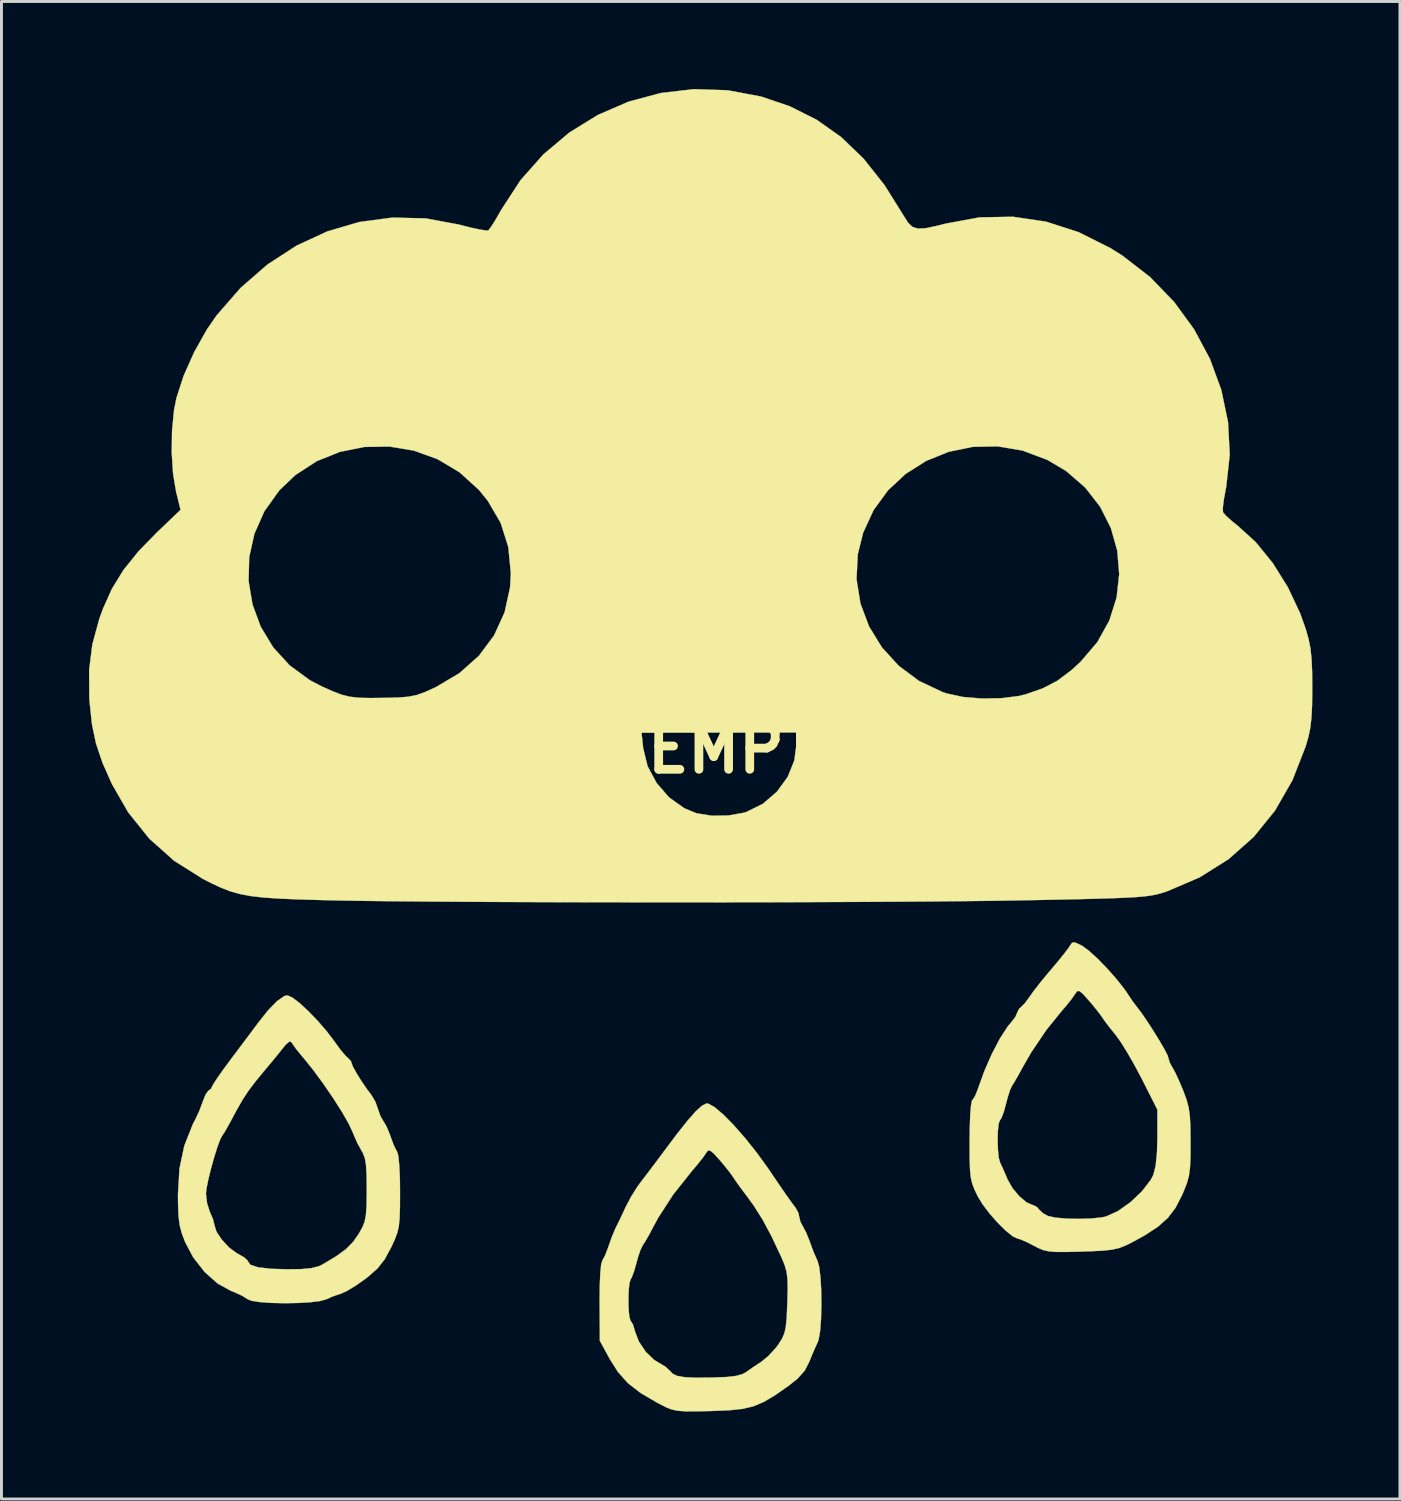
<source format=kicad_pcb>
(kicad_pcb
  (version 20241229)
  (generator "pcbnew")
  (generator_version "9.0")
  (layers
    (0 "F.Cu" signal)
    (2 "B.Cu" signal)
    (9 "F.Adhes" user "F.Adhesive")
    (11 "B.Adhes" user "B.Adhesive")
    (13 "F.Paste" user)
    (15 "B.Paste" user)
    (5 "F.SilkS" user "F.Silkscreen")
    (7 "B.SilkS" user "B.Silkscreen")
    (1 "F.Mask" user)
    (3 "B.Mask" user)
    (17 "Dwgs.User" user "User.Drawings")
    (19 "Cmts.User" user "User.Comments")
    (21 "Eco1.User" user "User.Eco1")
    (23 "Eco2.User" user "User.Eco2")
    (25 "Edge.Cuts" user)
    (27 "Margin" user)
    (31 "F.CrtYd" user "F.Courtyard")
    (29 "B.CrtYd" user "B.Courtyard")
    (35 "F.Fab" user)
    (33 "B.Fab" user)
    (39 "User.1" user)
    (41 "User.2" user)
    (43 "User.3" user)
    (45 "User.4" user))
  (footprint "ATTEMPT1"
    (layer "F.Cu")
    (at 20.972 22.621)
    (property "Reference" "ATTEMPT1" (at 0 0 0) (layer "F.SilkS") (effects (font (size 1.524 1.524) (thickness 0.3))))
    (attr through_hole)
    (fp_poly (pts (xy 0.24 12.142) (xy 0.461 12.264) (xy 0.763 12.52) (xy 1.122 12.884) (xy 1.512 13.329) (xy 1.911 13.83) (xy 2.294 14.359) (xy 2.371 14.472) (xy 2.65 14.885) (xy 2.899 15.247) (xy 3.096 15.524) (xy 3.216 15.684) (xy 3.232 15.702) (xy 3.339 15.898) (xy 3.355 15.992) (xy 3.407 16.2) (xy 3.485 16.345) (xy 3.6 16.561) (xy 3.717 16.85) (xy 3.735 16.903) (xy 3.85 17.216) (xy 3.973 17.497) (xy 3.988 17.526) (xy 4.05 17.749) (xy 4.093 18.112) (xy 4.118 18.563) (xy 4.124 19.053) (xy 4.111 19.528) (xy 4.079 19.94) (xy 4.028 20.235) (xy 3.997 20.32) (xy 3.887 20.559) (xy 3.755 20.873) (xy 3.708 20.991) (xy 3.55 21.297) (xy 3.308 21.568) (xy 2.993 21.818) (xy 2.532 22.139) (xy 2.153 22.365) (xy 1.801 22.515) (xy 1.423 22.605) (xy 0.963 22.653) (xy 0.369 22.677) (xy 0.335 22.678) (xy -0.175 22.689) (xy -0.539 22.688) (xy -0.801 22.669) (xy -1.007 22.625) (xy -1.201 22.549) (xy -1.428 22.433) (xy -1.49 22.401) (xy -2.068 22.063) (xy -2.504 21.725) (xy -2.845 21.344) (xy -3.128 20.895) (xy -3.468 20.272) (xy -3.476 18.96) (xy -3.476 18.88) (xy -2.49 18.88) (xy -2.482 19.199) (xy -2.457 19.456) (xy -2.414 19.59) (xy -2.409 19.593) (xy -2.333 19.715) (xy -2.266 19.939) (xy -2.264 19.951) (xy -2.128 20.304) (xy -1.89 20.655) (xy -1.604 20.93) (xy -1.452 21.02) (xy -1.219 21.16) (xy -1.077 21.294) (xy -0.968 21.404) (xy -0.809 21.477) (xy -0.565 21.519) (xy -0.204 21.536) (xy 0.311 21.533) (xy 0.393 21.531) (xy 0.877 21.512) (xy 1.21 21.473) (xy 1.433 21.408) (xy 1.543 21.345) (xy 1.789 21.173) (xy 2.066 20.99) (xy 2.074 20.985) (xy 2.315 20.785) (xy 2.565 20.51) (xy 2.648 20.399) (xy 2.771 20.206) (xy 2.853 20.022) (xy 2.904 19.798) (xy 2.934 19.485) (xy 2.954 19.035) (xy 2.957 18.971) (xy 2.969 18.497) (xy 2.962 18.158) (xy 2.929 17.9) (xy 2.861 17.668) (xy 2.752 17.406) (xy 2.74 17.38) (xy 2.412 16.686) (xy 2.112 16.125) (xy 1.81 15.646) (xy 1.585 15.336) (xy 1.367 15.046) (xy 1.19 14.8) (xy 1.094 14.656) (xy 0.985 14.501) (xy 0.796 14.264) (xy 0.641 14.081) (xy 0.432 13.85) (xy 0.307 13.75) (xy 0.228 13.761) (xy 0.177 13.832) (xy 0.064 13.995) (xy -0.132 14.241) (xy -0.32 14.462) (xy -0.951 15.256) (xy -1.47 16.057) (xy -1.635 16.363) (xy -1.791 16.658) (xy -1.927 16.893) (xy -1.992 16.988) (xy -2.073 17.149) (xy -2.165 17.422) (xy -2.21 17.59) (xy -2.293 17.882) (xy -2.373 18.097) (xy -2.409 18.159) (xy -2.454 18.298) (xy -2.481 18.559) (xy -2.49 18.88) (xy -3.476 18.88) (xy -3.472 18.414) (xy -3.454 17.972) (xy -3.424 17.665) (xy -3.384 17.523) (xy -3.292 17.354) (xy -3.189 17.091) (xy -3.163 17.013) (xy -3.053 16.703) (xy -2.938 16.429) (xy -2.918 16.39) (xy -2.804 16.159) (xy -2.657 15.848) (xy -2.59 15.701) (xy -2.403 15.344) (xy -2.18 14.989) (xy -2.106 14.887) (xy -1.905 14.623) (xy -1.729 14.392) (xy -1.682 14.329) (xy -1.533 14.132) (xy -1.338 13.87) (xy -1.271 13.779) (xy -0.82 13.178) (xy -0.461 12.726) (xy -0.183 12.411) (xy 0.026 12.221) (xy 0.177 12.142) (xy 0.24 12.142)) (stroke (width 0.01) (type solid)) (fill yes) (layer "F.SilkS"))
    (fp_poly (pts (xy 12.989 6.702) (xy 13.057 6.737) (xy 13.286 6.903) (xy 13.588 7.179) (xy 13.921 7.521) (xy 14.242 7.885) (xy 14.511 8.227) (xy 14.62 8.387) (xy 14.779 8.627) (xy 14.919 8.812) (xy 14.924 8.818) (xy 15.078 9.019) (xy 15.277 9.308) (xy 15.494 9.643) (xy 15.702 9.98) (xy 15.874 10.276) (xy 15.983 10.486) (xy 16.007 10.56) (xy 16.059 10.739) (xy 16.138 10.882) (xy 16.24 11.065) (xy 16.379 11.363) (xy 16.522 11.701) (xy 16.633 12.002) (xy 16.706 12.274) (xy 16.749 12.572) (xy 16.769 12.952) (xy 16.774 13.467) (xy 16.774 13.474) (xy 16.771 13.975) (xy 16.754 14.338) (xy 16.717 14.618) (xy 16.649 14.867) (xy 16.542 15.141) (xy 16.478 15.288) (xy 16.26 15.711) (xy 15.997 16.058) (xy 15.653 16.365) (xy 15.188 16.668) (xy 14.793 16.885) (xy 14.544 17.009) (xy 14.323 17.094) (xy 14.082 17.149) (xy 13.774 17.183) (xy 13.351 17.204) (xy 13.035 17.215) (xy 12.529 17.228) (xy 12.17 17.227) (xy 11.916 17.207) (xy 11.721 17.162) (xy 11.543 17.087) (xy 11.406 17.015) (xy 11.138 16.879) (xy 10.931 16.792) (xy 10.865 16.776) (xy 10.693 16.701) (xy 10.447 16.506) (xy 10.166 16.229) (xy 9.885 15.909) (xy 9.64 15.584) (xy 9.483 15.325) (xy 9.371 15.093) (xy 9.293 14.893) (xy 9.244 14.68) (xy 9.216 14.413) (xy 9.204 14.048) (xy 9.202 13.542) (xy 9.202 13.427) (xy 9.202 13.398) (xy 10.162 13.398) (xy 10.173 13.728) (xy 10.203 14.007) (xy 10.246 14.163) (xy 10.334 14.351) (xy 10.455 14.629) (xy 10.504 14.746) (xy 10.671 15.039) (xy 10.902 15.316) (xy 11.149 15.526) (xy 11.363 15.622) (xy 11.386 15.623) (xy 11.521 15.697) (xy 11.57 15.762) (xy 11.714 15.901) (xy 11.886 15.995) (xy 12.137 16.051) (xy 12.513 16.084) (xy 12.949 16.094) (xy 13.379 16.081) (xy 13.737 16.043) (xy 13.876 16.013) (xy 14.283 15.828) (xy 14.712 15.524) (xy 15.106 15.152) (xy 15.405 14.764) (xy 15.5 14.581) (xy 15.577 14.275) (xy 15.623 13.809) (xy 15.636 13.304) (xy 15.636 12.351) (xy 15.094 11.279) (xy 14.849 10.819) (xy 14.596 10.378) (xy 14.365 10.01) (xy 14.201 9.785) (xy 13.99 9.522) (xy 13.82 9.298) (xy 13.754 9.2) (xy 13.64 9.041) (xy 13.448 8.8) (xy 13.293 8.617) (xy 13.085 8.386) (xy 12.962 8.285) (xy 12.884 8.294) (xy 12.822 8.381) (xy 12.699 8.558) (xy 12.5 8.806) (xy 12.368 8.957) (xy 11.831 9.622) (xy 11.32 10.378) (xy 11.025 10.89) (xy 10.861 11.19) (xy 10.723 11.428) (xy 10.651 11.541) (xy 10.584 11.689) (xy 10.5 11.954) (xy 10.45 12.149) (xy 10.37 12.44) (xy 10.289 12.646) (xy 10.246 12.706) (xy 10.199 12.826) (xy 10.171 13.077) (xy 10.162 13.398) (xy 9.202 13.398) (xy 9.208 12.94) (xy 9.224 12.524) (xy 9.249 12.215) (xy 9.28 12.05) (xy 9.29 12.033) (xy 9.375 11.913) (xy 9.472 11.685) (xy 9.493 11.62) (xy 9.709 11.023) (xy 9.965 10.441) (xy 10.236 9.921) (xy 10.499 9.514) (xy 10.626 9.359) (xy 10.771 9.173) (xy 10.831 9.032) (xy 10.902 8.889) (xy 10.953 8.847) (xy 11.085 8.717) (xy 11.244 8.504) (xy 11.258 8.483) (xy 11.406 8.276) (xy 11.637 7.98) (xy 11.909 7.65) (xy 11.989 7.557) (xy 12.25 7.246) (xy 12.47 6.972) (xy 12.612 6.781) (xy 12.636 6.742) (xy 12.713 6.633) (xy 12.808 6.62) (xy 12.989 6.702)) (stroke (width 0.01) (type solid)) (fill yes) (layer "F.SilkS"))
    (fp_poly (pts (xy -14.011 8.506) (xy -13.759 8.697) (xy -13.455 8.977) (xy -13.13 9.315) (xy -12.817 9.678) (xy -12.547 10.035) (xy -12.529 10.062) (xy -12.341 10.319) (xy -12.177 10.511) (xy -12.108 10.572) (xy -11.994 10.694) (xy -11.981 10.742) (xy -11.93 10.876) (xy -11.801 11.11) (xy -11.625 11.391) (xy -11.438 11.664) (xy -11.304 11.837) (xy -11.162 12.076) (xy -11.076 12.317) (xy -10.986 12.573) (xy -10.884 12.748) (xy -10.776 12.93) (xy -10.664 13.201) (xy -10.639 13.275) (xy -10.538 13.549) (xy -10.438 13.755) (xy -10.416 13.787) (xy -10.373 13.937) (xy -10.341 14.25) (xy -10.32 14.694) (xy -10.315 15.177) (xy -10.317 15.697) (xy -10.329 16.072) (xy -10.357 16.35) (xy -10.41 16.578) (xy -10.495 16.802) (xy -10.619 17.071) (xy -10.623 17.078) (xy -10.843 17.483) (xy -11.086 17.792) (xy -11.419 18.085) (xy -11.514 18.157) (xy -11.832 18.381) (xy -12.125 18.558) (xy -12.332 18.655) (xy -12.345 18.658) (xy -12.626 18.753) (xy -12.837 18.849) (xy -13.049 18.908) (xy -13.391 18.951) (xy -13.815 18.976) (xy -14.275 18.984) (xy -14.725 18.974) (xy -15.117 18.946) (xy -15.404 18.901) (xy -15.531 18.85) (xy -15.703 18.74) (xy -15.975 18.613) (xy -16.106 18.562) (xy -16.568 18.308) (xy -17.014 17.909) (xy -17.403 17.41) (xy -17.676 16.896) (xy -17.791 16.594) (xy -17.864 16.316) (xy -17.905 16.004) (xy -17.921 15.597) (xy -17.924 15.254) (xy -17.923 15.235) (xy -16.965 15.235) (xy -16.926 15.561) (xy -16.831 15.858) (xy -16.822 15.876) (xy -16.72 16.114) (xy -16.678 16.296) (xy -16.606 16.53) (xy -16.421 16.809) (xy -16.172 17.077) (xy -15.907 17.272) (xy -15.869 17.292) (xy -15.652 17.416) (xy -15.534 17.526) (xy -15.528 17.548) (xy -15.44 17.669) (xy -15.176 17.754) (xy -14.73 17.805) (xy -14.186 17.822) (xy -13.694 17.815) (xy -13.348 17.782) (xy -13.1 17.718) (xy -12.977 17.66) (xy -12.503 17.376) (xy -12.163 17.127) (xy -11.916 16.876) (xy -11.725 16.6) (xy -11.607 16.387) (xy -11.529 16.192) (xy -11.485 15.967) (xy -11.463 15.661) (xy -11.456 15.225) (xy -11.456 15.092) (xy -11.461 14.593) (xy -11.481 14.244) (xy -11.523 14.004) (xy -11.591 13.83) (xy -11.628 13.767) (xy -11.781 13.49) (xy -11.919 13.17) (xy -11.93 13.142) (xy -12.069 12.84) (xy -12.302 12.433) (xy -12.602 11.961) (xy -12.94 11.467) (xy -13.29 10.992) (xy -13.622 10.578) (xy -13.687 10.503) (xy -13.873 10.276) (xy -14.002 10.093) (xy -14.025 10.049) (xy -14.1 10.01) (xy -14.24 10.133) (xy -14.299 10.207) (xy -14.487 10.442) (xy -14.734 10.743) (xy -14.905 10.946) (xy -15.247 11.36) (xy -15.502 11.695) (xy -15.712 12.014) (xy -15.92 12.38) (xy -16.014 12.556) (xy -16.181 12.866) (xy -16.317 13.104) (xy -16.395 13.223) (xy -16.399 13.227) (xy -16.472 13.36) (xy -16.572 13.629) (xy -16.684 13.985) (xy -16.793 14.376) (xy -16.886 14.753) (xy -16.948 15.064) (xy -16.965 15.235) (xy -17.923 15.235) (xy -17.872 14.368) (xy -17.707 13.588) (xy -17.417 12.855) (xy -17.312 12.652) (xy -17.193 12.395) (xy -17.077 12.086) (xy -17.066 12.053) (xy -16.972 11.825) (xy -16.882 11.701) (xy -16.862 11.694) (xy -16.776 11.62) (xy -16.774 11.598) (xy -16.719 11.488) (xy -16.57 11.26) (xy -16.349 10.947) (xy -16.079 10.582) (xy -16.079 10.581) (xy -15.787 10.193) (xy -15.52 9.837) (xy -15.309 9.555) (xy -15.192 9.397) (xy -14.836 8.948) (xy -14.527 8.631) (xy -14.281 8.46) (xy -14.178 8.435) (xy -14.011 8.506)) (stroke (width 0.01) (type solid)) (fill yes) (layer "F.SilkS"))
    (fp_poly (pts (xy 0.909 -22.578) (xy 2.06 -22.362) (xy 3.038 -22.031) (xy 3.966 -21.565) (xy 4.807 -20.969) (xy 5.575 -20.228) (xy 6.287 -19.328) (xy 6.94 -18.283) (xy 7.089 -18.045) (xy 7.239 -17.899) (xy 7.431 -17.837) (xy 7.704 -17.852) (xy 8.097 -17.936) (xy 8.387 -18.01) (xy 9.544 -18.223) (xy 10.69 -18.244) (xy 11.822 -18.076) (xy 12.936 -17.717) (xy 14.029 -17.169) (xy 14.438 -16.912) (xy 15.385 -16.178) (xy 16.206 -15.33) (xy 16.893 -14.389) (xy 17.437 -13.374) (xy 17.828 -12.307) (xy 18.057 -11.206) (xy 18.116 -10.094) (xy 17.995 -8.99) (xy 17.974 -8.887) (xy 17.912 -8.544) (xy 17.879 -8.269) (xy 17.884 -8.12) (xy 17.884 -8.12) (xy 17.983 -8.002) (xy 18.187 -7.818) (xy 18.376 -7.668) (xy 19.003 -7.098) (xy 19.589 -6.379) (xy 20.106 -5.552) (xy 20.527 -4.659) (xy 20.719 -4.122) (xy 20.816 -3.778) (xy 20.881 -3.453) (xy 20.92 -3.091) (xy 20.939 -2.64) (xy 20.943 -2.109) (xy 20.938 -1.531) (xy 20.917 -1.092) (xy 20.877 -0.737) (xy 20.809 -0.414) (xy 20.719 -0.1) (xy 20.262 1.068) (xy 19.667 2.104) (xy 18.938 3.005) (xy 18.077 3.768) (xy 17.088 4.39) (xy 15.973 4.868) (xy 15.911 4.889) (xy 15.756 4.938) (xy 15.596 4.98) (xy 15.413 5.015) (xy 15.188 5.044) (xy 14.904 5.069) (xy 14.54 5.09) (xy 14.078 5.108) (xy 13.499 5.126) (xy 12.785 5.143) (xy 11.917 5.161) (xy 10.879 5.181) (xy 10.006 5.195) (xy 8.981 5.207) (xy 7.825 5.218) (xy 6.557 5.227) (xy 5.195 5.234) (xy 3.758 5.24) (xy 2.266 5.245) (xy 0.738 5.247) (xy -0.807 5.248) (xy -2.35 5.247) (xy -3.871 5.245) (xy -5.353 5.241) (xy -6.775 5.236) (xy -8.118 5.229) (xy -9.364 5.221) (xy -10.492 5.211) (xy -11.485 5.199) (xy -12.323 5.186) (xy -12.94 5.172) (xy -13.777 5.148) (xy -14.453 5.12) (xy -14.998 5.083) (xy -15.442 5.031) (xy -15.815 4.96) (xy -16.148 4.864) (xy -16.47 4.738) (xy -16.812 4.576) (xy -17.072 4.443) (xy -18.054 3.825) (xy -18.905 3.067) (xy -19.627 2.168) (xy -20.185 1.198) (xy -20.51 0.467) (xy -20.733 -0.196) (xy -20.81 -0.564) (xy -2.039 -0.564) (xy -1.984 -0.037) (xy -1.832 0.582) (xy -1.525 1.157) (xy -1.097 1.651) (xy -0.578 2.022) (xy -0.157 2.196) (xy 0.359 2.28) (xy 0.938 2.272) (xy 1.476 2.176) (xy 1.559 2.149) (xy 2.122 1.869) (xy 2.601 1.456) (xy 2.969 0.95) (xy 3.196 0.387) (xy 3.259 -0.094) (xy 3.259 -0.573) (xy 0.61 -0.568) (xy -2.039 -0.564) (xy -20.81 -0.564) (xy -20.874 -0.871) (xy -20.954 -1.638) (xy -20.963 -1.785) (xy -20.967 -2.727) (xy -20.858 -3.59) (xy -20.622 -4.458) (xy -20.498 -4.803) (xy -20.186 -5.498) (xy -20.025 -5.76) (xy -15.504 -5.76) (xy -15.37 -4.959) (xy -15.088 -4.195) (xy -14.663 -3.492) (xy -14.099 -2.873) (xy -13.402 -2.363) (xy -13.012 -2.159) (xy -12.626 -1.986) (xy -12.32 -1.869) (xy -12.039 -1.798) (xy -11.728 -1.762) (xy -11.332 -1.753) (xy -10.831 -1.759) (xy -10.362 -1.771) (xy -10.021 -1.799) (xy -9.745 -1.855) (xy -9.469 -1.953) (xy -9.13 -2.106) (xy -9.088 -2.126) (xy -8.278 -2.607) (xy -7.609 -3.203) (xy -7.091 -3.901) (xy -6.733 -4.685) (xy -6.545 -5.541) (xy -6.529 -5.828) (xy 5.327 -5.828) (xy 5.461 -4.994) (xy 5.756 -4.206) (xy 6.199 -3.485) (xy 6.775 -2.855) (xy 7.469 -2.339) (xy 8.266 -1.961) (xy 8.412 -1.911) (xy 8.965 -1.791) (xy 9.616 -1.736) (xy 10.285 -1.746) (xy 10.893 -1.823) (xy 11.125 -1.88) (xy 11.715 -2.087) (xy 12.21 -2.346) (xy 12.682 -2.7) (xy 12.999 -2.989) (xy 13.578 -3.667) (xy 13.99 -4.409) (xy 14.239 -5.194) (xy 14.328 -5.998) (xy 14.262 -6.8) (xy 14.043 -7.577) (xy 13.676 -8.305) (xy 13.164 -8.964) (xy 12.512 -9.53) (xy 11.868 -9.912) (xy 11.019 -10.231) (xy 10.158 -10.377) (xy 9.305 -10.359) (xy 8.483 -10.189) (xy 7.712 -9.877) (xy 7.012 -9.434) (xy 6.405 -8.869) (xy 5.912 -8.193) (xy 5.554 -7.417) (xy 5.371 -6.683) (xy 5.327 -5.828) (xy -6.529 -5.828) (xy -6.518 -6.03) (xy -6.605 -6.929) (xy -6.867 -7.754) (xy -7.309 -8.512) (xy -7.612 -8.885) (xy -8.275 -9.487) (xy -9.024 -9.935) (xy -9.834 -10.229) (xy -10.68 -10.37) (xy -11.536 -10.356) (xy -12.375 -10.188) (xy -13.173 -9.867) (xy -13.904 -9.391) (xy -14.451 -8.869) (xy -14.962 -8.154) (xy -15.305 -7.381) (xy -15.483 -6.576) (xy -15.504 -5.76) (xy -20.025 -5.76) (xy -19.789 -6.143) (xy -19.276 -6.781) (xy -18.641 -7.431) (xy -17.835 -8.201) (xy -17.988 -8.821) (xy -18.092 -9.439) (xy -18.138 -10.162) (xy -18.127 -10.912) (xy -18.059 -11.613) (xy -17.978 -12.029) (xy -17.73 -12.794) (xy -17.371 -13.6) (xy -16.94 -14.369) (xy -16.605 -14.857) (xy -15.779 -15.805) (xy -14.86 -16.606) (xy -13.863 -17.254) (xy -12.806 -17.742) (xy -11.705 -18.065) (xy -10.575 -18.215) (xy -9.435 -18.188) (xy -8.3 -17.977) (xy -8.293 -17.975) (xy -7.895 -17.873) (xy -7.566 -17.803) (xy -7.349 -17.772) (xy -7.29 -17.777) (xy -7.206 -17.881) (xy -7.061 -18.109) (xy -6.884 -18.415) (xy -6.851 -18.475) (xy -6.188 -19.495) (xy -5.402 -20.382) (xy -4.511 -21.131) (xy -3.531 -21.735) (xy -2.482 -22.189) (xy -1.38 -22.484) (xy -0.244 -22.616) (xy 0.909 -22.578)) (stroke (width 0.01) (type solid)) (fill yes) (layer "F.SilkS")))
  (gr_rect
    (start -3 -3)
    (end 44.92 48.315)
    (stroke (width 0.1) (type default))
    (fill no)
    (layer "Edge.Cuts")))
</source>
